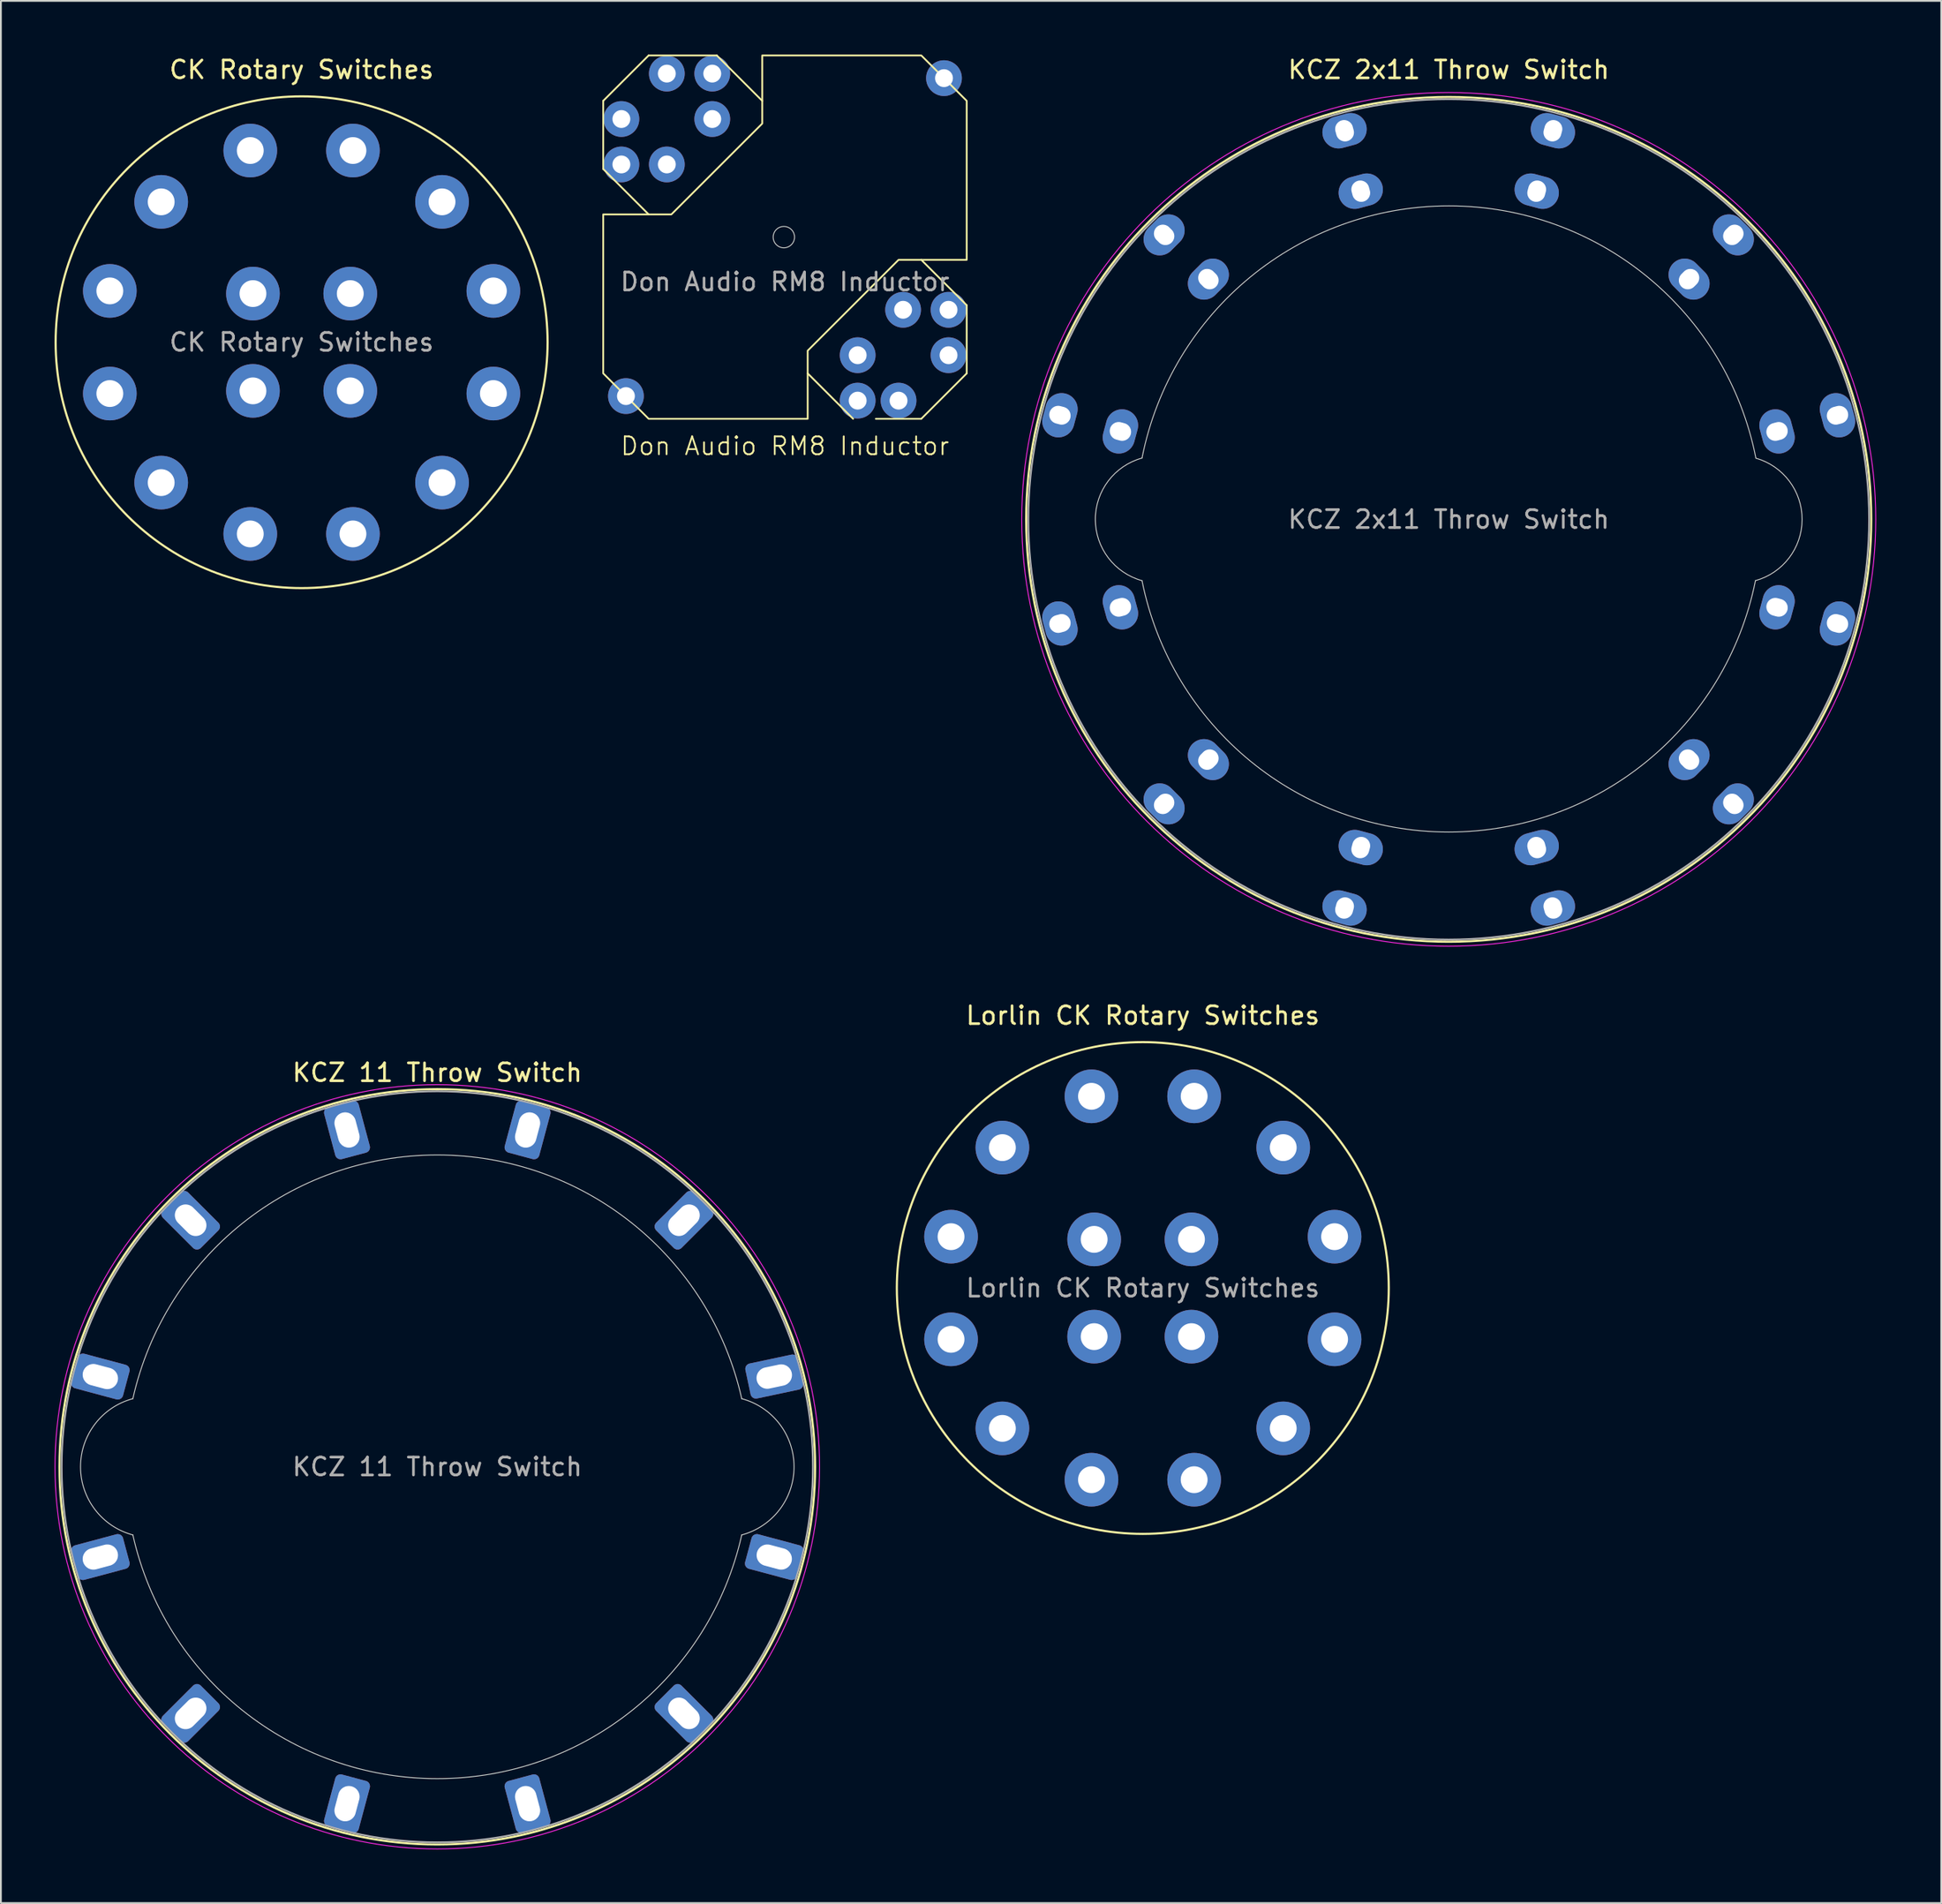
<source format=kicad_pcb>
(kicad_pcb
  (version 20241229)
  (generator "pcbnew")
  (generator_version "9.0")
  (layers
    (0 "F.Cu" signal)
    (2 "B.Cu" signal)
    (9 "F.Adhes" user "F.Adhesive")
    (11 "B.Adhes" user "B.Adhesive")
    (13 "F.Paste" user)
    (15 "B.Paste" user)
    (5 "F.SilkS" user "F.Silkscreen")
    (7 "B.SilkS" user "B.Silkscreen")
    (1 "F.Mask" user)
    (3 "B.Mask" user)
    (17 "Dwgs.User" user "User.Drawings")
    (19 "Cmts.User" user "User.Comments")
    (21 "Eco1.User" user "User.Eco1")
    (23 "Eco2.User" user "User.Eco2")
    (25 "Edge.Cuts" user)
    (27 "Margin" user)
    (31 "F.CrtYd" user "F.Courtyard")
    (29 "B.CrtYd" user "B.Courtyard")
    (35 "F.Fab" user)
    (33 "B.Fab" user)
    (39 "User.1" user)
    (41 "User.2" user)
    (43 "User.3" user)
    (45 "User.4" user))
  (footprint "Don Audio RM8 Inductor"
    (layer "F.Cu")
    (at 40.83 10.21)
    (property "Reference" "Don Audio RM8 Inductor" (at 0 11.684 0) (unlocked yes) (layer "F.SilkS") (effects (font (size 1 1) (thickness 0.1))))
    (attr through_hole)
    (fp_line (start -10.16 -7.62) (end -7.62 -10.16) (stroke (width 0.1) (type default)) (layer "F.SilkS"))
    (fp_line (start -10.16 -3.81) (end -10.16 -7.62) (stroke (width 0.1) (type default)) (layer "F.SilkS"))
    (fp_line (start -7.62 -10.16) (end -3.81 -10.16) (stroke (width 0.1) (type default)) (layer "F.SilkS"))
    (fp_line (start -7.62 -1.27) (end -10.16 -3.81) (stroke (width 0.1) (type default)) (layer "F.SilkS"))
    (fp_line (start -3.81 -10.16) (end -1.27 -7.62) (stroke (width 0.1) (type default)) (layer "F.SilkS"))
    (fp_line (start 1.27 7.62) (end 3.81 10.16) (stroke (width 0.1) (type default)) (layer "F.SilkS"))
    (fp_line (start 5.08 10.16) (end 7.62 10.16) (stroke (width 0.1) (type default)) (layer "F.SilkS"))
    (fp_line (start 7.62 10.16) (end 10.16 7.62) (stroke (width 0.1) (type default)) (layer "F.SilkS"))
    (fp_line (start 10.16 3.81) (end 7.62 1.27) (stroke (width 0.1) (type default)) (layer "F.SilkS"))
    (fp_line (start 10.16 7.62) (end 10.16 3.81) (stroke (width 0.1) (type default)) (layer "F.SilkS"))
    (fp_poly (pts (xy -1.27 -10.16) (xy -1.27 -6.35) (xy -6.35 -1.27) (xy -10.16 -1.27) (xy -10.16 7.62) (xy -7.62 10.16) (xy 1.27 10.16) (xy 1.27 6.35) (xy 6.35 1.27) (xy 10.16 1.27) (xy 10.16 -7.62) (xy 7.62 -10.16)) (stroke (width 0.1) (type solid)) (fill no) (layer "F.SilkS"))
    (fp_circle (center -0.062 0) (end 0.254 0.508) (stroke (width 0.05) (type default)) (fill no) (layer "Edge.Cuts"))
    (fp_text user "${REFERENCE}" (at 0 2.5 0) (unlocked yes) (layer "F.Fab") (effects (font (size 1 1) (thickness 0.15))))
    (pad "1" thru_hole circle (at -9.144 -6.604) (size 2 2) (drill 1) (layers "*.Cu" "*.Mask"))
    (pad "2" thru_hole circle (at -9.144 -4.064) (size 2 2) (drill 1) (layers "*.Cu" "*.Mask"))
    (pad "3" thru_hole circle (at -6.604 -4.064) (size 2 2) (drill 1) (layers "*.Cu" "*.Mask"))
    (pad "4" thru_hole circle (at -4.064 -9.144) (size 2 2) (drill 1) (layers "*.Cu" "*.Mask"))
    (pad "5" thru_hole circle (at -6.604 -9.144) (size 2 2) (drill 1) (layers "*.Cu" "*.Mask"))
    (pad "6" thru_hole circle (at -4.064 -6.604) (size 2 2) (drill 1) (layers "*.Cu" "*.Mask"))
    (pad "7" thru_hole circle (at 6.35 9.144) (size 2 2) (drill 1) (layers "*.Cu" "*.Mask"))
    (pad "8" thru_hole circle (at 4.064 9.144) (size 2 2) (drill 1) (layers "*.Cu" "*.Mask"))
    (pad "9" thru_hole circle (at 4.064 6.604) (size 2 2) (drill 1) (layers "*.Cu" "*.Mask"))
    (pad "10" thru_hole circle (at 9.144 6.604) (size 2 2) (drill 1) (layers "*.Cu" "*.Mask"))
    (pad "11" thru_hole circle (at 9.144 4.064) (size 2 2) (drill 1) (layers "*.Cu" "*.Mask"))
    (pad "12" thru_hole circle (at 6.604 4.064) (size 2 2) (drill 1) (layers "*.Cu" "*.Mask"))
    (pad "13" thru_hole circle (at -8.89 8.89) (size 2 2) (drill 1) (layers "*.Cu" "*.Mask"))
    (pad "14" thru_hole circle (at 8.89 -8.89) (size 2 2) (drill 1) (layers "*.Cu" "*.Mask")))
  (footprint "KCZ 11 Throw Switch"
    (layer "F.Cu")
    (at 21.395 78.977)
    (property "Reference" "KCZ 11 Throw Switch" (at 0 -22.045 0) (layer "F.SilkS") (effects (font (size 1 1) (thickness 0.15))))
    (fp_circle (center 0 0) (end 0 21.12) (stroke (width 0.12) (type default)) (fill no) (layer "F.SilkS"))
    (fp_arc (start -17.018003 3.809999) (mid -19.943656 -0.000002) (end -17.018 -3.81) (stroke (width 0.05) (type solid)) (layer "Edge.Cuts"))
    (fp_arc (start -17.018 -3.809998) (mid 0 -17.439278) (end 17.018 -3.809999) (stroke (width 0.05) (type solid)) (layer "Edge.Cuts"))
    (fp_arc (start 17.017999 -3.810001) (mid 19.943656 -0.000001) (end 17.018 3.809999) (stroke (width 0.05) (type solid)) (layer "Edge.Cuts"))
    (fp_arc (start 17.018 3.809999) (mid -0.000005 17.439278) (end -17.018002 3.80999) (stroke (width 0.05) (type default)) (layer "Edge.Cuts"))
    (fp_circle (center 0 0) (end 0 21.37) (stroke (width 0.05) (type default)) (fill no) (layer "F.CrtYd"))
    (fp_circle (center 0 0) (end 0 21) (stroke (width 0.1) (type default)) (fill no) (layer "F.Fab"))
    (fp_text user "${REFERENCE}" (at 0 0 0) (layer "F.Fab") (effects (font (size 1 1) (thickness 0.15))))
    (fp_text user "THIS IS TENTATIVE AND HAS NOT YET BEEN TESTED" (at -16.002 -24.638 0) (unlocked yes) (layer "User.1") (effects (font (size 1 1) (thickness 0.15)) (justify left bottom)))
    (pad "1" thru_hole roundrect (at -13.789 -13.789 315) (size 3 2) (drill oval 2 1.2) (layers "*.Cu" "*.Mask") (roundrect_rratio 0.15))
    (pad "2" thru_hole roundrect (at -5.047 -18.836 285) (size 3 2) (drill oval 2 1.2) (layers "*.Cu" "*.Mask") (roundrect_rratio 0.15))
    (pad "3" thru_hole roundrect (at 5.047 -18.836 75) (size 3 2) (drill oval 2 1.2) (layers "*.Cu" "*.Mask") (roundrect_rratio 0.15))
    (pad "4" thru_hole roundrect (at 13.789 -13.789 45) (size 3 2) (drill oval 2 1.2) (layers "*.Cu" "*.Mask") (roundrect_rratio 0.15))
    (pad "5" thru_hole roundrect (at 18.836 -5.047 12) (size 3 2) (drill oval 2 1.2) (layers "*.Cu" "*.Mask") (roundrect_rratio 0.15))
    (pad "6" thru_hole roundrect (at 18.836 5.047 345) (size 3 2) (drill oval 2 1.2) (layers "*.Cu" "*.Mask") (roundrect_rratio 0.15))
    (pad "7" thru_hole roundrect (at 13.789 13.789 315) (size 3 2) (drill oval 2 1.2) (layers "*.Cu" "*.Mask") (roundrect_rratio 0.15))
    (pad "8" thru_hole roundrect (at 5.047 18.836 285) (size 3 2) (drill oval 2 1.2) (layers "*.Cu" "*.Mask") (roundrect_rratio 0.15))
    (pad "9" thru_hole roundrect (at -5.047 18.836 75) (size 3 2) (drill oval 2 1.2) (layers "*.Cu" "*.Mask") (roundrect_rratio 0.15))
    (pad "10" thru_hole roundrect (at -13.789 13.789 45) (size 3 2) (drill oval 2 1.2) (layers "*.Cu" "*.Mask") (roundrect_rratio 0.15))
    (pad "11" thru_hole roundrect (at -18.836 5.047 15) (size 3 2) (drill oval 2 1.2) (layers "*.Cu" "*.Mask") (roundrect_rratio 0.15))
    (pad "A" thru_hole roundrect (at -18.836 -5.047 345) (size 3 2) (drill oval 2 1.2) (layers "*.Cu" "*.Mask") (roundrect_rratio 0.15)))
  (footprint "KCZ 2x11 Throw Switch"
    (layer "F.Cu")
    (at 77.935 25.994)
    (property "Reference" "KCZ 2x11 Throw Switch" (at 0 -25.146 0) (layer "F.SilkS") (effects (font (size 1 1) (thickness 0.15))))
    (fp_circle (center 0 0) (end 0 23.62) (stroke (width 0.12) (type default)) (fill no) (layer "F.SilkS"))
    (fp_arc (start -17.145 -3.42823) (mid 0.01238 -17.529899) (end 17.169732 -3.428197) (stroke (width 0.05) (type solid)) (layer "Edge.Cuts"))
    (fp_arc (start -17.14474 3.428055) (mid -19.75422 0.000013) (end -17.145 -3.428227) (stroke (width 0.05) (type solid)) (layer "Edge.Cuts"))
    (fp_arc (start 17.145 3.429) (mid 0 17.484538) (end -17.145 3.429) (stroke (width 0.05) (type solid)) (layer "Edge.Cuts"))
    (fp_arc (start 17.171011 -3.421707) (mid 19.754454 0.012549) (end 17.14526 3.427282) (stroke (width 0.05) (type solid)) (layer "Edge.Cuts"))
    (fp_circle (center 0 0) (end 0 23.87) (stroke (width 0.05) (type default)) (fill no) (layer "F.CrtYd"))
    (fp_circle (center 0 0) (end 0 23.5) (stroke (width 0.1) (type default)) (fill no) (layer "F.Fab"))
    (fp_text user "${REFERENCE}" (at 0 0 0) (layer "F.Fab") (effects (font (size 1 1) (thickness 0.15))))
    (fp_text user "BASED ON MEASUREMENTS NOT YET TESTED IN PRACTICE" (at -18.669 -8.509 0) (unlocked yes) (layer "User.1") (effects (font (size 1 1) (thickness 0.15)) (justify left bottom)))
    (pad "1" thru_hole oval (at -18.353 -4.918 255) (size 2.5 1.8) (drill oval 1 1.2) (layers "*.Cu" "*.Mask"))
    (pad "2" thru_hole oval (at -13.435 -13.435 225) (size 2.5 1.8) (drill oval 1 1.2) (layers "*.Cu" "*.Mask"))
    (pad "3" thru_hole oval (at -4.918 -18.353 195) (size 2.5 1.8) (drill oval 1 1.2) (layers "*.Cu" "*.Mask"))
    (pad "4" thru_hole oval (at 4.918 -18.353 165) (size 2.5 1.8) (drill oval 1 1.2) (layers "*.Cu" "*.Mask"))
    (pad "5" thru_hole oval (at 13.435 -13.435 135) (size 2.5 1.8) (drill oval 1 1.2) (layers "*.Cu" "*.Mask"))
    (pad "6" thru_hole oval (at 18.353 -4.918 105) (size 2.5 1.8) (drill oval 1 1.2) (layers "*.Cu" "*.Mask"))
    (pad "7" thru_hole oval (at 18.353 4.918 75) (size 2.5 1.8) (drill oval 1 1.2) (layers "*.Cu" "*.Mask"))
    (pad "8" thru_hole oval (at 13.435 13.435 45) (size 2.5 1.8) (drill oval 1 1.2) (layers "*.Cu" "*.Mask"))
    (pad "9" thru_hole oval (at 4.918 18.353 15) (size 2.5 1.8) (drill oval 1 1.2) (layers "*.Cu" "*.Mask"))
    (pad "10" thru_hole oval (at -4.918 18.353 345) (size 2.5 1.8) (drill oval 1 1.2) (layers "*.Cu" "*.Mask"))
    (pad "11" thru_hole oval (at -13.435 13.435 315) (size 2.5 1.8) (drill oval 1 1.2) (layers "*.Cu" "*.Mask"))
    (pad "12" thru_hole oval (at -21.733 -5.823 255) (size 2.5 1.8) (drill oval 1 1.2) (layers "*.Cu" "*.Mask"))
    (pad "13" thru_hole oval (at -15.91 -15.91 225) (size 2.5 1.8) (drill oval 1 1.2) (layers "*.Cu" "*.Mask"))
    (pad "14" thru_hole oval (at -5.823 -21.733 195) (size 2.5 1.8) (drill oval 1 1.2) (layers "*.Cu" "*.Mask"))
    (pad "15" thru_hole oval (at 5.823 -21.733 165) (size 2.5 1.8) (drill oval 1 1.2) (layers "*.Cu" "*.Mask"))
    (pad "16" thru_hole oval (at 15.91 -15.91 135) (size 2.5 1.8) (drill oval 1 1.2) (layers "*.Cu" "*.Mask"))
    (pad "17" thru_hole oval (at 21.733 -5.823 105) (size 2.5 1.8) (drill oval 1 1.2) (layers "*.Cu" "*.Mask"))
    (pad "18" thru_hole oval (at 21.733 5.823 75) (size 2.5 1.8) (drill oval 1 1.2) (layers "*.Cu" "*.Mask"))
    (pad "19" thru_hole oval (at 15.91 15.91 45) (size 2.5 1.8) (drill oval 1 1.2) (layers "*.Cu" "*.Mask"))
    (pad "20" thru_hole oval (at 5.823 21.733 15) (size 2.5 1.8) (drill oval 1 1.2) (layers "*.Cu" "*.Mask"))
    (pad "21" thru_hole oval (at -5.823 21.733 345) (size 2.5 1.8) (drill oval 1 1.2) (layers "*.Cu" "*.Mask"))
    (pad "22" thru_hole oval (at -15.91 15.91 315) (size 2.5 1.8) (drill oval 1 1.2) (layers "*.Cu" "*.Mask"))
    (pad "A" thru_hole oval (at -18.353 4.918 285) (size 2.5 1.8) (drill oval 1 1.2) (layers "*.Cu" "*.Mask"))
    (pad "B" thru_hole oval (at -21.733 5.823 285) (size 2.5 1.8) (drill oval 1 1.2) (layers "*.Cu" "*.Mask")))
  (footprint "Lorlin CK Rotary Switches"
    (layer "F.Cu")
    (at 60.834 68.978)
    (property "Reference" "Lorlin CK Rotary Switches" (at 0 -15.24 0) (layer "F.SilkS") (effects (font (size 1 1) (thickness 0.15))))
    (attr through_hole)
    (fp_circle (center 0 0) (end 13.75 0) (stroke (width 0.12) (type solid)) (fill no) (layer "F.SilkS"))
    (fp_text user "${REFERENCE}" (at 0 0 0) (layer "F.Fab") (effects (font (size 1 1) (thickness 0.15))))
    (pad "1" thru_hole circle (at -2.87 10.72) (size 3 3) (drill 1.5) (layers "*.Cu" "*.Mask"))
    (pad "2" thru_hole circle (at -7.85 7.85) (size 3 3) (drill 1.5) (layers "*.Cu" "*.Mask"))
    (pad "3" thru_hole circle (at -10.72 2.87) (size 3 3) (drill 1.5) (layers "*.Cu" "*.Mask"))
    (pad "4" thru_hole circle (at -10.72 -2.87) (size 3 3) (drill 1.5) (layers "*.Cu" "*.Mask"))
    (pad "5" thru_hole circle (at -7.85 -7.85) (size 3 3) (drill 1.5) (layers "*.Cu" "*.Mask"))
    (pad "6" thru_hole circle (at -2.87 -10.72) (size 3 3) (drill 1.5) (layers "*.Cu" "*.Mask"))
    (pad "7" thru_hole circle (at 2.87 -10.72) (size 3 3) (drill 1.5) (layers "*.Cu" "*.Mask"))
    (pad "8" thru_hole circle (at 7.85 -7.85) (size 3 3) (drill 1.5) (layers "*.Cu" "*.Mask"))
    (pad "9" thru_hole circle (at 10.72 -2.87) (size 3 3) (drill 1.5) (layers "*.Cu" "*.Mask"))
    (pad "10" thru_hole circle (at 10.72 2.87) (size 3 3) (drill 1.5) (layers "*.Cu" "*.Mask"))
    (pad "11" thru_hole circle (at 7.85 7.85) (size 3 3) (drill 1.5) (layers "*.Cu" "*.Mask"))
    (pad "12" thru_hole circle (at 2.87 10.72) (size 3 3) (drill 1.5) (layers "*.Cu" "*.Mask"))
    (pad "A" thru_hole circle (at -2.72 2.72) (size 3 3) (drill 1.5) (layers "*.Cu" "*.Mask"))
    (pad "B" thru_hole circle (at -2.72 -2.72) (size 3 3) (drill 1.5) (layers "*.Cu" "*.Mask"))
    (pad "C" thru_hole circle (at 2.72 -2.72) (size 3 3) (drill 1.5) (layers "*.Cu" "*.Mask"))
    (pad "D" thru_hole circle (at 2.72 2.72) (size 3 3) (drill 1.5) (layers "*.Cu" "*.Mask")))
  (footprint "CK Rotary Switches"
    (layer "F.Cu")
    (at 13.81 16.088)
    (property "Reference" "CK Rotary Switches" (at 0 -15.24 0) (unlocked yes) (layer "F.SilkS") (effects (font (size 1 1) (thickness 0.15))))
    (attr through_hole)
    (fp_circle (center 0 0) (end 13.75 0) (stroke (width 0.12) (type solid)) (fill no) (layer "F.SilkS"))
    (fp_text user "${REFERENCE}" (at 0 0 0) (unlocked yes) (layer "F.Fab") (effects (font (size 1 1) (thickness 0.15))))
    (pad "1" thru_hole circle (at -2.87 10.72) (size 3 3) (drill 1.5) (layers "*.Cu" "*.Mask"))
    (pad "2" thru_hole circle (at -7.85 7.85) (size 3 3) (drill 1.5) (layers "*.Cu" "*.Mask"))
    (pad "3" thru_hole circle (at -10.72 2.87) (size 3 3) (drill 1.5) (layers "*.Cu" "*.Mask"))
    (pad "4" thru_hole circle (at -10.72 -2.87) (size 3 3) (drill 1.5) (layers "*.Cu" "*.Mask"))
    (pad "5" thru_hole circle (at -7.85 -7.85) (size 3 3) (drill 1.5) (layers "*.Cu" "*.Mask"))
    (pad "6" thru_hole circle (at -2.87 -10.72) (size 3 3) (drill 1.5) (layers "*.Cu" "*.Mask"))
    (pad "7" thru_hole circle (at 2.87 -10.72) (size 3 3) (drill 1.5) (layers "*.Cu" "*.Mask"))
    (pad "8" thru_hole circle (at 7.85 -7.85) (size 3 3) (drill 1.5) (layers "*.Cu" "*.Mask"))
    (pad "9" thru_hole circle (at 10.72 -2.87) (size 3 3) (drill 1.5) (layers "*.Cu" "*.Mask"))
    (pad "10" thru_hole circle (at 10.72 2.87) (size 3 3) (drill 1.5) (layers "*.Cu" "*.Mask"))
    (pad "11" thru_hole circle (at 7.85 7.85) (size 3 3) (drill 1.5) (layers "*.Cu" "*.Mask"))
    (pad "12" thru_hole circle (at 2.87 10.72) (size 3 3) (drill 1.5) (layers "*.Cu" "*.Mask"))
    (pad "A" thru_hole circle (at -2.72 2.72) (size 3 3) (drill 1.5) (layers "*.Cu" "*.Mask"))
    (pad "B" thru_hole circle (at -2.72 -2.72) (size 3 3) (drill 1.5) (layers "*.Cu" "*.Mask"))
    (pad "C" thru_hole circle (at 2.72 -2.72) (size 3 3) (drill 1.5) (layers "*.Cu" "*.Mask"))
    (pad "D" thru_hole circle (at 2.72 2.72) (size 3 3) (drill 1.5) (layers "*.Cu" "*.Mask")))
  (gr_rect
    (start -3 -3)
    (end 105.468 103.372)
    (stroke (width 0.1) (type default))
    (fill no)
    (layer "Edge.Cuts")))
</source>
